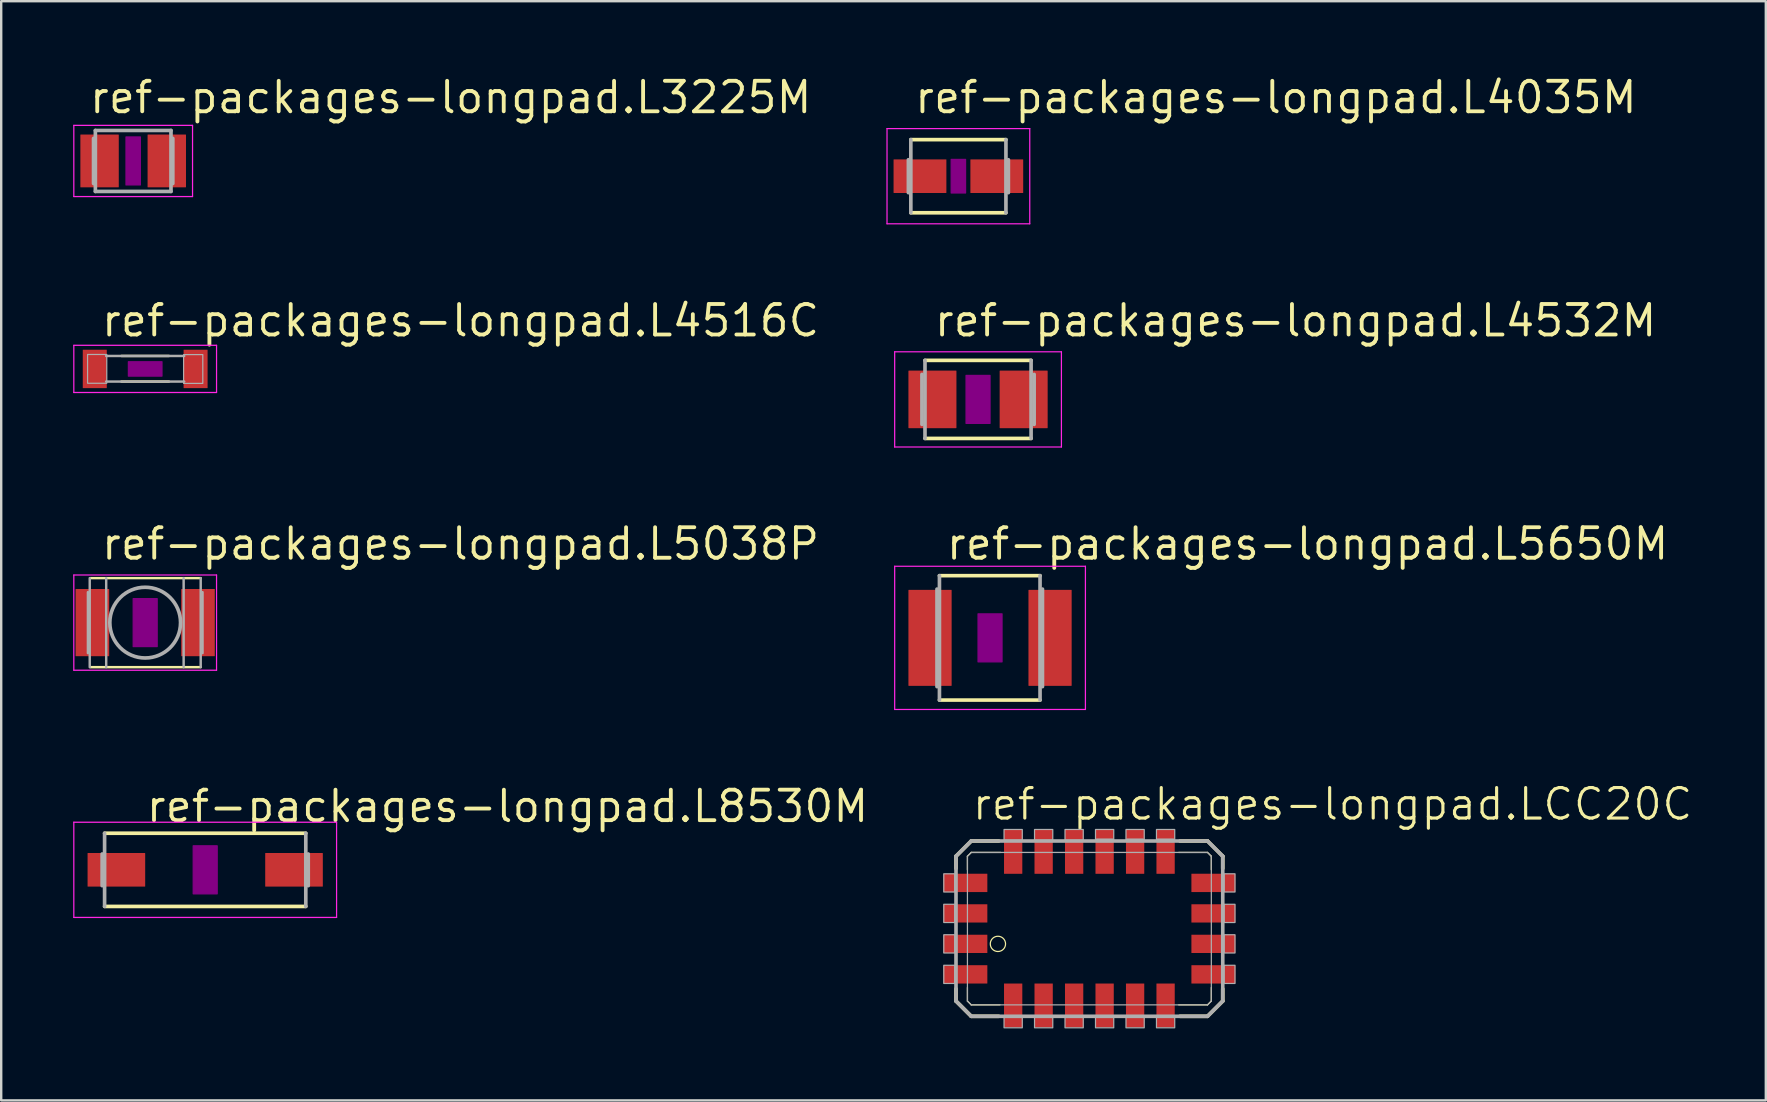
<source format=kicad_pcb>
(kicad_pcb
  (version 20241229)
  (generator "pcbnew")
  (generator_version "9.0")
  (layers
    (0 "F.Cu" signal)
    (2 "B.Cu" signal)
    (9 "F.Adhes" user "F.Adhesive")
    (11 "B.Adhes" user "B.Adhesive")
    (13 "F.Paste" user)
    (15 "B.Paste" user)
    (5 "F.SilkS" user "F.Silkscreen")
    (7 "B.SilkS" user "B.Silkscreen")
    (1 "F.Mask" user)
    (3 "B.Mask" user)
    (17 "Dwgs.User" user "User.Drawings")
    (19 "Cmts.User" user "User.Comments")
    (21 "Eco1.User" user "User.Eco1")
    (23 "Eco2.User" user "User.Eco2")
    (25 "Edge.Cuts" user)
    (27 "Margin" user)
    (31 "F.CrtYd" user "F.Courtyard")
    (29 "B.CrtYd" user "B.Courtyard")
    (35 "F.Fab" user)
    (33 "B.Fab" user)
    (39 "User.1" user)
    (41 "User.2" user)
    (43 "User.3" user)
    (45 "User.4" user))
  (footprint "ref-packages-longpad.L5650M"
    (layer "F.Cu")
    (at 38.193 23.522)
    (property "Reference" "ref-packages-longpad.L5650M" (at -1.905 -3.175 0) (layer "F.SilkS") (effects (font (size 1.27 1.27) (thickness 0.16)) (justify left bottom)))
    (attr smd)
    (fp_line (start -2.108 2.591) (end 2.083 2.591) (stroke (width 0.152) (type default)) (layer "F.SilkS"))
    (fp_line (start 2.083 -2.591) (end -2.108 -2.591) (stroke (width 0.152) (type default)) (layer "F.SilkS"))
    (fp_rect (start -0.5 1) (end 0.5 -1) (stroke (width 0.05) (type default)) (fill yes) (layer "F.Adhes"))
    (fp_line (start -3.973 -2.983) (end 3.973 -2.983) (stroke (width 0.051) (type default)) (layer "F.CrtYd"))
    (fp_line (start -3.973 2.983) (end -3.973 -2.983) (stroke (width 0.051) (type default)) (layer "F.CrtYd"))
    (fp_line (start 3.973 -2.983) (end 3.973 2.983) (stroke (width 0.051) (type default)) (layer "F.CrtYd"))
    (fp_line (start 3.973 2.983) (end -3.973 2.983) (stroke (width 0.051) (type default)) (layer "F.CrtYd"))
    (fp_line (start -2.21 -2.032) (end -2.21 2.032) (stroke (width 0.152) (type default)) (layer "F.Fab"))
    (fp_line (start -2.108 -2.591) (end -2.108 2.591) (stroke (width 0.152) (type default)) (layer "F.Fab"))
    (fp_line (start 2.083 -2.591) (end 2.083 2.591) (stroke (width 0.152) (type default)) (layer "F.Fab"))
    (fp_line (start 2.184 -2.032) (end 2.184 2.032) (stroke (width 0.152) (type default)) (layer "F.Fab"))
    (pad "1" smd roundrect (at -2.5 0) (size 1.8 4) (layers "F.Cu" "F.Mask" "F.Paste") (roundrect_rratio 0.01))
    (pad "2" smd roundrect (at 2.5 0) (size 1.8 4) (layers "F.Cu" "F.Mask" "F.Paste") (roundrect_rratio 0.01)))
  (footprint "ref-packages-longpad.L5038P"
    (layer "F.Cu")
    (at 2.998 22.887)
    (property "Reference" "ref-packages-longpad.L5038P" (at -1.905 -2.54 0) (layer "F.SilkS") (effects (font (size 1.27 1.27) (thickness 0.16)) (justify left bottom)))
    (attr smd)
    (fp_line (start -2.286 -1.853) (end 2.311 -1.853) (stroke (width 0.102) (type default)) (layer "F.SilkS"))
    (fp_line (start -2.286 1.856) (end 2.311 1.856) (stroke (width 0.102) (type default)) (layer "F.SilkS"))
    (fp_rect (start -0.5 1) (end 0.5 -1) (stroke (width 0.05) (type default)) (fill yes) (layer "F.Adhes"))
    (fp_line (start -2.973 -1.983) (end 2.973 -1.983) (stroke (width 0.051) (type default)) (layer "F.CrtYd"))
    (fp_line (start -2.973 1.983) (end -2.973 -1.983) (stroke (width 0.051) (type default)) (layer "F.CrtYd"))
    (fp_line (start 2.973 -1.983) (end 2.973 1.983) (stroke (width 0.051) (type default)) (layer "F.CrtYd"))
    (fp_line (start 2.973 1.983) (end -2.973 1.983) (stroke (width 0.051) (type default)) (layer "F.CrtYd"))
    (fp_line (start -2.386 1.27) (end -2.386 -1.27) (stroke (width 0.102) (type default)) (layer "F.Fab"))
    (fp_line (start -2.31 1.854) (end -2.31 -1.854) (stroke (width 0.102) (type default)) (layer "F.Fab"))
    (fp_line (start -1.624 1.854) (end -1.624 -1.854) (stroke (width 0.102) (type default)) (layer "F.Fab"))
    (fp_line (start 1.602 1.854) (end 1.602 -1.854) (stroke (width 0.102) (type default)) (layer "F.Fab"))
    (fp_line (start 2.313 1.854) (end 2.313 -1.854) (stroke (width 0.102) (type default)) (layer "F.Fab"))
    (fp_line (start 2.389 1.27) (end 2.389 -1.27) (stroke (width 0.102) (type default)) (layer "F.Fab"))
    (fp_circle (center 0 0) (end 1.473 0) (stroke (width 0.152) (type default)) (fill no) (layer "F.Fab"))
    (pad "1" smd roundrect (at -2.2 0) (size 1.4 2.8) (layers "F.Cu" "F.Mask" "F.Paste") (roundrect_rratio 0.01))
    (pad "2" smd roundrect (at 2.2 0) (size 1.4 2.8) (layers "F.Cu" "F.Mask" "F.Paste") (roundrect_rratio 0.01)))
  (footprint "ref-packages-longpad.L8530M"
    (layer "F.Cu")
    (at 5.498 33.185)
    (property "Reference" "ref-packages-longpad.L8530M" (at -2.54 -1.905 0) (layer "F.SilkS") (effects (font (size 1.27 1.27) (thickness 0.16)) (justify left bottom)))
    (attr smd)
    (fp_line (start 4.191 -1.524) (end -4.191 -1.524) (stroke (width 0.152) (type default)) (layer "F.SilkS"))
    (fp_line (start 4.191 1.524) (end -4.191 1.524) (stroke (width 0.152) (type default)) (layer "F.SilkS"))
    (fp_rect (start -0.5 1) (end 0.5 -1) (stroke (width 0.05) (type default)) (fill yes) (layer "F.Adhes"))
    (fp_line (start -5.473 -1.983) (end 5.473 -1.983) (stroke (width 0.051) (type default)) (layer "F.CrtYd"))
    (fp_line (start -5.473 1.983) (end -5.473 -1.983) (stroke (width 0.051) (type default)) (layer "F.CrtYd"))
    (fp_line (start 5.473 -1.983) (end 5.473 1.983) (stroke (width 0.051) (type default)) (layer "F.CrtYd"))
    (fp_line (start 5.473 1.983) (end -5.473 1.983) (stroke (width 0.051) (type default)) (layer "F.CrtYd"))
    (fp_line (start -4.293 0.66) (end -4.293 -0.66) (stroke (width 0.152) (type default)) (layer "F.Fab"))
    (fp_line (start -4.191 1.524) (end -4.191 -1.524) (stroke (width 0.152) (type default)) (layer "F.Fab"))
    (fp_line (start 4.191 1.524) (end 4.191 -1.524) (stroke (width 0.152) (type default)) (layer "F.Fab"))
    (fp_line (start 4.293 0.66) (end 4.293 -0.66) (stroke (width 0.152) (type default)) (layer "F.Fab"))
    (pad "1" smd roundrect (at -3.7 0) (size 2.4 1.4) (layers "F.Cu" "F.Mask" "F.Paste") (roundrect_rratio 0.01))
    (pad "2" smd roundrect (at 3.7 0) (size 2.4 1.4) (layers "F.Cu" "F.Mask" "F.Paste") (roundrect_rratio 0.01)))
  (footprint "ref-packages-longpad.L3225M"
    (layer "F.Cu")
    (at 2.498 3.655)
    (property "Reference" "ref-packages-longpad.L3225M" (at -1.905 -1.905 0) (layer "F.SilkS") (effects (font (size 1.27 1.27) (thickness 0.16)) (justify left bottom)))
    (attr smd)
    (fp_rect (start -0.3 1) (end 0.3 -1) (stroke (width 0.05) (type default)) (fill yes) (layer "F.Adhes"))
    (fp_line (start -2.473 -1.483) (end 2.473 -1.483) (stroke (width 0.051) (type default)) (layer "F.CrtYd"))
    (fp_line (start -2.473 1.483) (end -2.473 -1.483) (stroke (width 0.051) (type default)) (layer "F.CrtYd"))
    (fp_line (start 2.473 -1.483) (end 2.473 1.483) (stroke (width 0.051) (type default)) (layer "F.CrtYd"))
    (fp_line (start 2.473 1.483) (end -2.473 1.483) (stroke (width 0.051) (type default)) (layer "F.CrtYd"))
    (fp_line (start -1.651 -0.94) (end -1.651 0.94) (stroke (width 0.152) (type default)) (layer "F.Fab"))
    (fp_line (start -1.575 -1.27) (end 1.575 -1.27) (stroke (width 0.152) (type default)) (layer "F.Fab"))
    (fp_line (start -1.575 1.27) (end -1.575 -1.27) (stroke (width 0.152) (type default)) (layer "F.Fab"))
    (fp_line (start 1.575 -1.27) (end 1.575 1.27) (stroke (width 0.152) (type default)) (layer "F.Fab"))
    (fp_line (start 1.575 1.27) (end -1.575 1.27) (stroke (width 0.152) (type default)) (layer "F.Fab"))
    (fp_line (start 1.651 -0.94) (end 1.651 0.94) (stroke (width 0.152) (type default)) (layer "F.Fab"))
    (pad "1" smd roundrect (at -1.4 0) (size 1.6 2.2) (layers "F.Cu" "F.Mask" "F.Paste") (roundrect_rratio 0.01))
    (pad "2" smd roundrect (at 1.4 0) (size 1.6 2.2) (layers "F.Cu" "F.Mask" "F.Paste") (roundrect_rratio 0.01)))
  (footprint "ref-packages-longpad.L4516C"
    (layer "F.Cu")
    (at 2.998 12.318)
    (property "Reference" "ref-packages-longpad.L4516C" (at -1.905 -1.27 0) (layer "F.SilkS") (effects (font (size 1.27 1.27) (thickness 0.16)) (justify left bottom)))
    (attr smd)
    (fp_line (start -0.991 -0.54) (end 0.991 -0.54) (stroke (width 0.102) (type default)) (layer "F.SilkS"))
    (fp_line (start -0.991 0.527) (end 0.991 0.527) (stroke (width 0.102) (type default)) (layer "F.SilkS"))
    (fp_rect (start -0.7 0.3) (end 0.7 -0.3) (stroke (width 0.05) (type default)) (fill yes) (layer "F.Adhes"))
    (fp_line (start -2.973 -0.983) (end 2.973 -0.983) (stroke (width 0.051) (type default)) (layer "F.CrtYd"))
    (fp_line (start -2.973 0.983) (end -2.973 -0.983) (stroke (width 0.051) (type default)) (layer "F.CrtYd"))
    (fp_line (start 2.973 -0.983) (end 2.973 0.983) (stroke (width 0.051) (type default)) (layer "F.CrtYd"))
    (fp_line (start 2.973 0.983) (end -2.973 0.983) (stroke (width 0.051) (type default)) (layer "F.CrtYd"))
    (fp_line (start -1.626 -0.54) (end 1.626 -0.54) (stroke (width 0.102) (type default)) (layer "F.Fab"))
    (fp_line (start -1.626 0.527) (end 1.626 0.527) (stroke (width 0.102) (type default)) (layer "F.Fab"))
    (fp_rect (start -2.4 0.597) (end -1.6 -0.603) (stroke (width 0.05) (type default)) (fill no) (layer "F.Fab"))
    (fp_rect (start 1.6 0.603) (end 2.4 -0.597) (stroke (width 0.05) (type default)) (fill no) (layer "F.Fab"))
    (pad "1" smd roundrect (at -2.1 0) (size 1 1.6) (layers "F.Cu" "F.Mask" "F.Paste") (roundrect_rratio 0.01))
    (pad "2" smd roundrect (at 2.1 0) (size 1 1.6) (layers "F.Cu" "F.Mask" "F.Paste") (roundrect_rratio 0.01)))
  (footprint "ref-packages-longpad.LCC20C"
    (layer "F.Cu")
    (at 41.696 35.635)
    (property "Reference" "ref-packages-longpad.LCC20C" (at -4.318 -4.445 0) (layer "F.SilkS") (effects (font (size 1.27 1.27) (thickness 0.13)) (justify left bottom)))
    (attr smd)
    (fp_line (start -4.921 -3.016) (end -4.921 -2.506) (stroke (width 0.152) (type default)) (layer "F.SilkS"))
    (fp_line (start -4.921 2.506) (end -4.921 3.016) (stroke (width 0.152) (type default)) (layer "F.SilkS"))
    (fp_line (start -4.921 3.016) (end -4.286 3.651) (stroke (width 0.152) (type default)) (layer "F.SilkS"))
    (fp_line (start -4.445 -3.016) (end -4.286 -3.175) (stroke (width 0.051) (type default)) (layer "F.SilkS"))
    (fp_line (start -4.445 -2.452) (end -4.445 -3.016) (stroke (width 0.051) (type default)) (layer "F.SilkS"))
    (fp_line (start -4.445 3.016) (end -4.445 2.452) (stroke (width 0.051) (type default)) (layer "F.SilkS"))
    (fp_line (start -4.286 -3.651) (end -4.921 -3.016) (stroke (width 0.152) (type default)) (layer "F.SilkS"))
    (fp_line (start -4.286 -3.175) (end -3.062 -3.175) (stroke (width 0.051) (type default)) (layer "F.SilkS"))
    (fp_line (start -4.286 3.175) (end -4.445 3.016) (stroke (width 0.051) (type default)) (layer "F.SilkS"))
    (fp_line (start -4.286 3.651) (end -3.141 3.651) (stroke (width 0.152) (type default)) (layer "F.SilkS"))
    (fp_line (start -3.141 -3.651) (end -4.286 -3.651) (stroke (width 0.152) (type default)) (layer "F.SilkS"))
    (fp_line (start -3.091 3.175) (end -4.286 3.175) (stroke (width 0.051) (type default)) (layer "F.SilkS"))
    (fp_line (start 4.357 -3.175) (end 5.556 -3.175) (stroke (width 0.051) (type default)) (layer "F.SilkS"))
    (fp_line (start 4.411 3.651) (end 5.556 3.651) (stroke (width 0.152) (type default)) (layer "F.SilkS"))
    (fp_line (start 5.556 -3.651) (end 4.411 -3.651) (stroke (width 0.152) (type default)) (layer "F.SilkS"))
    (fp_line (start 5.556 -3.175) (end 5.715 -3.016) (stroke (width 0.051) (type default)) (layer "F.SilkS"))
    (fp_line (start 5.556 3.175) (end 4.357 3.175) (stroke (width 0.051) (type default)) (layer "F.SilkS"))
    (fp_line (start 5.556 3.651) (end 6.191 3.016) (stroke (width 0.152) (type default)) (layer "F.SilkS"))
    (fp_line (start 5.715 -3.016) (end 5.715 -2.452) (stroke (width 0.051) (type default)) (layer "F.SilkS"))
    (fp_line (start 5.715 2.452) (end 5.715 3.016) (stroke (width 0.051) (type default)) (layer "F.SilkS"))
    (fp_line (start 5.715 3.016) (end 5.556 3.175) (stroke (width 0.051) (type default)) (layer "F.SilkS"))
    (fp_line (start 6.191 -3.016) (end 5.556 -3.651) (stroke (width 0.152) (type default)) (layer "F.SilkS"))
    (fp_line (start 6.191 -2.506) (end 6.191 -3.016) (stroke (width 0.152) (type default)) (layer "F.SilkS"))
    (fp_line (start 6.191 3.016) (end 6.191 2.506) (stroke (width 0.152) (type default)) (layer "F.SilkS"))
    (fp_circle (center -3.175 0.635) (end -2.857 0.635) (stroke (width 0.051) (type default)) (fill no) (layer "F.SilkS"))
    (fp_line (start -4.921 -3.016) (end -4.921 3.016) (stroke (width 0.152) (type default)) (layer "F.Fab"))
    (fp_line (start -4.921 3.016) (end -4.286 3.651) (stroke (width 0.152) (type default)) (layer "F.Fab"))
    (fp_line (start -4.445 -3.016) (end -4.286 -3.175) (stroke (width 0.051) (type default)) (layer "F.Fab"))
    (fp_line (start -4.445 3.016) (end -4.445 -3.016) (stroke (width 0.051) (type default)) (layer "F.Fab"))
    (fp_line (start -4.286 -3.651) (end -4.921 -3.016) (stroke (width 0.152) (type default)) (layer "F.Fab"))
    (fp_line (start -4.286 -3.175) (end 5.556 -3.175) (stroke (width 0.051) (type default)) (layer "F.Fab"))
    (fp_line (start -4.286 3.175) (end -4.445 3.016) (stroke (width 0.051) (type default)) (layer "F.Fab"))
    (fp_line (start -4.286 3.651) (end 5.556 3.651) (stroke (width 0.152) (type default)) (layer "F.Fab"))
    (fp_line (start 0.95 -3.68) (end 1.59 -3.68) (stroke (width 0.152) (type default)) (layer "F.Fab"))
    (fp_line (start 2.22 -3.68) (end 2.86 -3.68) (stroke (width 0.152) (type default)) (layer "F.Fab"))
    (fp_line (start 3.49 -3.68) (end 4.13 -3.68) (stroke (width 0.152) (type default)) (layer "F.Fab"))
    (fp_line (start 5.556 -3.651) (end -4.286 -3.651) (stroke (width 0.152) (type default)) (layer "F.Fab"))
    (fp_line (start 5.556 -3.175) (end 5.715 -3.016) (stroke (width 0.051) (type default)) (layer "F.Fab"))
    (fp_line (start 5.556 3.175) (end -4.286 3.175) (stroke (width 0.051) (type default)) (layer "F.Fab"))
    (fp_line (start 5.556 3.651) (end 6.191 3.016) (stroke (width 0.152) (type default)) (layer "F.Fab"))
    (fp_line (start 5.715 -3.016) (end 5.715 3.016) (stroke (width 0.051) (type default)) (layer "F.Fab"))
    (fp_line (start 5.715 3.016) (end 5.556 3.175) (stroke (width 0.051) (type default)) (layer "F.Fab"))
    (fp_line (start 6.191 -3.016) (end 5.556 -3.651) (stroke (width 0.152) (type default)) (layer "F.Fab"))
    (fp_line (start 6.191 3.016) (end 6.191 -3.016) (stroke (width 0.152) (type default)) (layer "F.Fab"))
    (fp_rect (start -5.43 -1.525) (end -4.98 -2.285) (stroke (width 0.05) (type default)) (fill no) (layer "F.Fab"))
    (fp_rect (start -5.43 -0.255) (end -4.98 -1.015) (stroke (width 0.05) (type default)) (fill no) (layer "F.Fab"))
    (fp_rect (start -5.43 1.015) (end -4.98 0.255) (stroke (width 0.05) (type default)) (fill no) (layer "F.Fab"))
    (fp_rect (start -5.43 2.285) (end -4.98 1.525) (stroke (width 0.05) (type default)) (fill no) (layer "F.Fab"))
    (fp_rect (start -2.92 -3.68) (end -2.16 -4.13) (stroke (width 0.05) (type default)) (fill no) (layer "F.Fab"))
    (fp_rect (start -2.92 4.13) (end -2.16 3.68) (stroke (width 0.05) (type default)) (fill no) (layer "F.Fab"))
    (fp_rect (start -1.65 -3.68) (end -0.89 -4.13) (stroke (width 0.05) (type default)) (fill no) (layer "F.Fab"))
    (fp_rect (start -1.65 4.13) (end -0.89 3.68) (stroke (width 0.05) (type default)) (fill no) (layer "F.Fab"))
    (fp_rect (start -0.38 -3.68) (end 0.38 -4.13) (stroke (width 0.05) (type default)) (fill no) (layer "F.Fab"))
    (fp_rect (start -0.38 4.13) (end 0.38 3.68) (stroke (width 0.05) (type default)) (fill no) (layer "F.Fab"))
    (fp_rect (start 0.89 -3.68) (end 1.65 -4.13) (stroke (width 0.05) (type default)) (fill no) (layer "F.Fab"))
    (fp_rect (start 0.89 4.13) (end 1.65 3.68) (stroke (width 0.05) (type default)) (fill no) (layer "F.Fab"))
    (fp_rect (start 2.16 -3.68) (end 2.92 -4.13) (stroke (width 0.05) (type default)) (fill no) (layer "F.Fab"))
    (fp_rect (start 2.16 4.13) (end 2.92 3.68) (stroke (width 0.05) (type default)) (fill no) (layer "F.Fab"))
    (fp_rect (start 3.43 -3.68) (end 4.19 -4.13) (stroke (width 0.05) (type default)) (fill no) (layer "F.Fab"))
    (fp_rect (start 3.43 4.13) (end 4.19 3.68) (stroke (width 0.05) (type default)) (fill no) (layer "F.Fab"))
    (fp_rect (start 6.25 -1.525) (end 6.7 -2.285) (stroke (width 0.05) (type default)) (fill no) (layer "F.Fab"))
    (fp_rect (start 6.25 -0.255) (end 6.7 -1.015) (stroke (width 0.05) (type default)) (fill no) (layer "F.Fab"))
    (fp_rect (start 6.25 1.015) (end 6.7 0.255) (stroke (width 0.05) (type default)) (fill no) (layer "F.Fab"))
    (fp_rect (start 6.25 2.285) (end 6.7 1.525) (stroke (width 0.05) (type default)) (fill no) (layer "F.Fab"))
    (pad "1" smd roundrect (at -4.53 0.635) (size 1.829 0.762) (layers "F.Cu" "F.Mask" "F.Paste") (roundrect_rratio 0.01))
    (pad "2" smd roundrect (at -4.53 1.905) (size 1.829 0.762) (layers "F.Cu" "F.Mask" "F.Paste") (roundrect_rratio 0.01))
    (pad "3" smd roundrect (at -2.54 3.2) (size 0.762 1.829) (layers "F.Cu" "F.Mask" "F.Paste") (roundrect_rratio 0.01))
    (pad "4" smd roundrect (at -1.27 3.2) (size 0.762 1.829) (layers "F.Cu" "F.Mask" "F.Paste") (roundrect_rratio 0.01))
    (pad "5" smd roundrect (at 0 3.2) (size 0.762 1.829) (layers "F.Cu" "F.Mask" "F.Paste") (roundrect_rratio 0.01))
    (pad "6" smd roundrect (at 1.27 3.2) (size 0.762 1.829) (layers "F.Cu" "F.Mask" "F.Paste") (roundrect_rratio 0.01))
    (pad "7" smd roundrect (at 2.54 3.2) (size 0.762 1.829) (layers "F.Cu" "F.Mask" "F.Paste") (roundrect_rratio 0.01))
    (pad "8" smd roundrect (at 3.81 3.2) (size 0.762 1.829) (layers "F.Cu" "F.Mask" "F.Paste") (roundrect_rratio 0.01))
    (pad "9" smd roundrect (at 5.8 1.905) (size 1.829 0.762) (layers "F.Cu" "F.Mask" "F.Paste") (roundrect_rratio 0.01))
    (pad "10" smd roundrect (at 5.8 0.635) (size 1.829 0.762) (layers "F.Cu" "F.Mask" "F.Paste") (roundrect_rratio 0.01))
    (pad "11" smd roundrect (at 5.8 -0.635) (size 1.829 0.762) (layers "F.Cu" "F.Mask" "F.Paste") (roundrect_rratio 0.01))
    (pad "12" smd roundrect (at 5.8 -1.905) (size 1.829 0.762) (layers "F.Cu" "F.Mask" "F.Paste") (roundrect_rratio 0.01))
    (pad "13" smd roundrect (at 3.81 -3.2) (size 0.762 1.829) (layers "F.Cu" "F.Mask" "F.Paste") (roundrect_rratio 0.01))
    (pad "14" smd roundrect (at 2.54 -3.2) (size 0.762 1.829) (layers "F.Cu" "F.Mask" "F.Paste") (roundrect_rratio 0.01))
    (pad "15" smd roundrect (at 1.27 -3.2) (size 0.762 1.829) (layers "F.Cu" "F.Mask" "F.Paste") (roundrect_rratio 0.01))
    (pad "16" smd roundrect (at 0 -3.2) (size 0.762 1.829) (layers "F.Cu" "F.Mask" "F.Paste") (roundrect_rratio 0.01))
    (pad "17" smd roundrect (at -1.27 -3.2) (size 0.762 1.829) (layers "F.Cu" "F.Mask" "F.Paste") (roundrect_rratio 0.01))
    (pad "18" smd roundrect (at -2.54 -3.2) (size 0.762 1.829) (layers "F.Cu" "F.Mask" "F.Paste") (roundrect_rratio 0.01))
    (pad "19" smd roundrect (at -4.53 -1.905) (size 1.829 0.762) (layers "F.Cu" "F.Mask" "F.Paste") (roundrect_rratio 0.01))
    (pad "20" smd roundrect (at -4.53 -0.635) (size 1.829 0.762) (layers "F.Cu" "F.Mask" "F.Paste") (roundrect_rratio 0.01)))
  (footprint "ref-packages-longpad.L4035M"
    (layer "F.Cu")
    (at 36.874 4.29)
    (property "Reference" "ref-packages-longpad.L4035M" (at -1.905 -2.54 0) (layer "F.SilkS") (effects (font (size 1.27 1.27) (thickness 0.16)) (justify left bottom)))
    (attr smd)
    (fp_line (start -1.981 1.524) (end 1.981 1.524) (stroke (width 0.152) (type default)) (layer "F.SilkS"))
    (fp_line (start 1.981 -1.524) (end -1.981 -1.524) (stroke (width 0.152) (type default)) (layer "F.SilkS"))
    (fp_rect (start -0.3 0.7) (end 0.3 -0.7) (stroke (width 0.05) (type default)) (fill yes) (layer "F.Adhes"))
    (fp_line (start -2.973 -1.983) (end 2.973 -1.983) (stroke (width 0.051) (type default)) (layer "F.CrtYd"))
    (fp_line (start -2.973 1.983) (end -2.973 -1.983) (stroke (width 0.051) (type default)) (layer "F.CrtYd"))
    (fp_line (start 2.973 -1.983) (end 2.973 1.983) (stroke (width 0.051) (type default)) (layer "F.CrtYd"))
    (fp_line (start 2.973 1.983) (end -2.973 1.983) (stroke (width 0.051) (type default)) (layer "F.CrtYd"))
    (fp_line (start -2.083 -0.686) (end -2.083 0.686) (stroke (width 0.152) (type default)) (layer "F.Fab"))
    (fp_line (start -1.981 -1.524) (end -1.981 1.524) (stroke (width 0.152) (type default)) (layer "F.Fab"))
    (fp_line (start 1.981 1.524) (end 1.981 -1.524) (stroke (width 0.152) (type default)) (layer "F.Fab"))
    (fp_line (start 2.083 -0.686) (end 2.083 0.686) (stroke (width 0.152) (type default)) (layer "F.Fab"))
    (pad "1" smd roundrect (at -1.6 0) (size 2.2 1.4) (layers "F.Cu" "F.Mask" "F.Paste") (roundrect_rratio 0.01))
    (pad "2" smd roundrect (at 1.6 0) (size 2.2 1.4) (layers "F.Cu" "F.Mask" "F.Paste") (roundrect_rratio 0.01)))
  (footprint "ref-packages-longpad.L4532M"
    (layer "F.Cu")
    (at 37.693 13.588)
    (property "Reference" "ref-packages-longpad.L4532M" (at -1.905 -2.54 0) (layer "F.SilkS") (effects (font (size 1.27 1.27) (thickness 0.16)) (justify left bottom)))
    (attr smd)
    (fp_line (start -2.21 1.626) (end 2.21 1.626) (stroke (width 0.152) (type default)) (layer "F.SilkS"))
    (fp_line (start 2.21 -1.626) (end -2.21 -1.626) (stroke (width 0.152) (type default)) (layer "F.SilkS"))
    (fp_rect (start -0.5 1) (end 0.5 -1) (stroke (width 0.05) (type default)) (fill yes) (layer "F.Adhes"))
    (fp_line (start -3.473 -1.983) (end 3.473 -1.983) (stroke (width 0.051) (type default)) (layer "F.CrtYd"))
    (fp_line (start -3.473 1.983) (end -3.473 -1.983) (stroke (width 0.051) (type default)) (layer "F.CrtYd"))
    (fp_line (start 3.473 -1.983) (end 3.473 1.983) (stroke (width 0.051) (type default)) (layer "F.CrtYd"))
    (fp_line (start 3.473 1.983) (end -3.473 1.983) (stroke (width 0.051) (type default)) (layer "F.CrtYd"))
    (fp_line (start -2.337 -1.041) (end -2.337 1.041) (stroke (width 0.152) (type default)) (layer "F.Fab"))
    (fp_line (start -2.21 -1.626) (end -2.21 1.626) (stroke (width 0.152) (type default)) (layer "F.Fab"))
    (fp_line (start 2.21 -1.626) (end 2.21 1.626) (stroke (width 0.152) (type default)) (layer "F.Fab"))
    (fp_line (start 2.337 -1.041) (end 2.337 1.041) (stroke (width 0.152) (type default)) (layer "F.Fab"))
    (pad "1" smd roundrect (at -1.9 0) (size 2 2.4) (layers "F.Cu" "F.Mask" "F.Paste") (roundrect_rratio 0.01))
    (pad "2" smd roundrect (at 1.9 0) (size 2 2.4) (layers "F.Cu" "F.Mask" "F.Paste") (roundrect_rratio 0.01)))
  (gr_rect
    (start -3 -3)
    (end 70.51 42.79)
    (stroke (width 0.1) (type default))
    (fill no)
    (layer "Edge.Cuts")))
</source>
